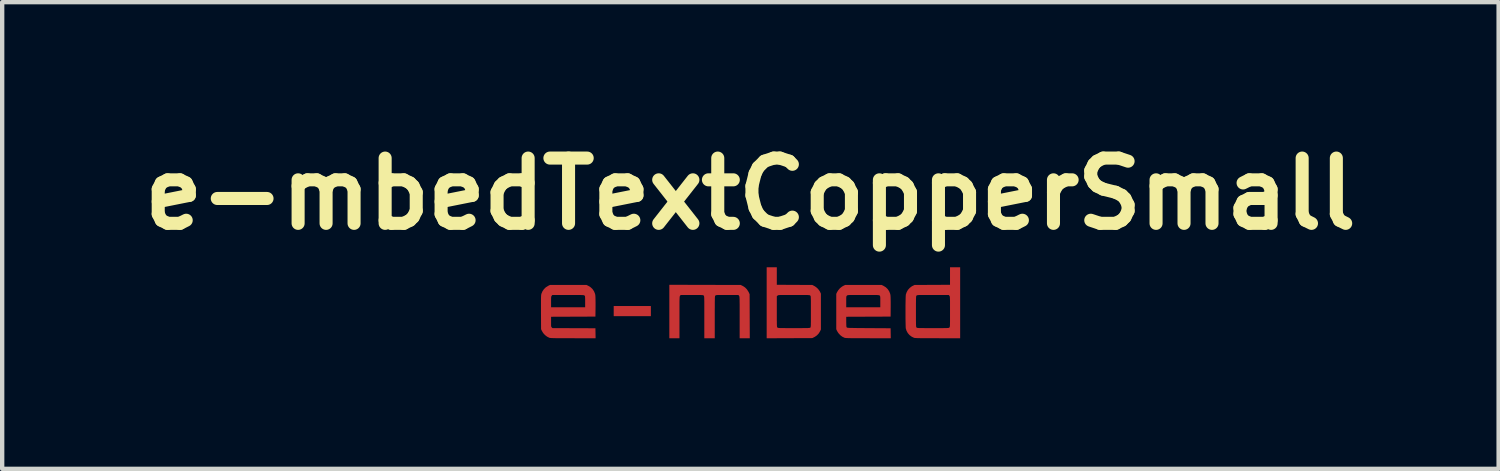
<source format=kicad_pcb>
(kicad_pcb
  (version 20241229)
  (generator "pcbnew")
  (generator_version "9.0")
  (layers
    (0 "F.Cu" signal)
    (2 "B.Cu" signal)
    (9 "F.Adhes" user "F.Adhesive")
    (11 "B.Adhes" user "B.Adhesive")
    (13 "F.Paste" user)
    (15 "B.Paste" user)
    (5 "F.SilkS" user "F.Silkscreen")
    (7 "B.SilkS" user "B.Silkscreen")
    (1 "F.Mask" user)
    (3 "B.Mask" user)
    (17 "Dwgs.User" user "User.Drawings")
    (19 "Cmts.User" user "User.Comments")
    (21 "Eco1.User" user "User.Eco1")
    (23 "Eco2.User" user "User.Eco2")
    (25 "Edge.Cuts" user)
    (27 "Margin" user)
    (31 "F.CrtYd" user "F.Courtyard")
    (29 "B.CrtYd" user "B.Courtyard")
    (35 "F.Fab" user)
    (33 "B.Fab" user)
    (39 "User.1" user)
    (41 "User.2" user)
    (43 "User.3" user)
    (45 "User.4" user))
  (footprint "e-mbedTextCopperSmall"
    (layer "F.Cu")
    (at 14.193 3.904)
    (property "Reference" "e-mbedTextCopperSmall" (at 0 -2.5 0) (layer "F.SilkS") (effects (font (size 1.5 1.5) (thickness 0.3))))
    (attr board_only exclude_from_pos_files exclude_from_bom)
    (fp_poly (pts (xy -2.287 0.194) (xy -2.287 0.311) (xy -2.714 0.311) (xy -3.141 0.311) (xy -3.141 0.194) (xy -3.141 0.078) (xy -2.714 0.078) (xy -2.287 0.078)) (stroke (width 0) (type solid)) (fill yes) (layer "F.Cu"))
    (fp_poly (pts (xy -3.726 -0.387) (xy -3.674 -0.355) (xy -3.629 -0.313) (xy -3.594 -0.262) (xy -3.571 -0.206) (xy -3.564 -0.176) (xy -3.562 -0.154) (xy -3.56 -0.118) (xy -3.559 -0.07) (xy -3.558 -0.012) (xy -3.558 0.057) (xy -3.558 0.095) (xy -3.561 0.321) (xy -4.07 0.323) (xy -4.58 0.325) (xy -4.58 0.44) (xy -4.58 0.483) (xy -4.58 0.514) (xy -4.579 0.535) (xy -4.577 0.55) (xy -4.573 0.559) (xy -4.569 0.566) (xy -4.564 0.57) (xy -4.548 0.586) (xy -4.054 0.587) (xy -3.561 0.589) (xy -3.559 0.704) (xy -3.557 0.819) (xy -4.074 0.818) (xy -4.177 0.818) (xy -4.266 0.818) (xy -4.343 0.818) (xy -4.409 0.817) (xy -4.464 0.817) (xy -4.509 0.816) (xy -4.545 0.815) (xy -4.573 0.814) (xy -4.593 0.812) (xy -4.607 0.811) (xy -4.616 0.809) (xy -4.617 0.809) (xy -4.67 0.783) (xy -4.719 0.746) (xy -4.761 0.7) (xy -4.791 0.651) (xy -4.81 0.61) (xy -4.812 0.223) (xy -4.812 0.138) (xy -4.812 0.066) (xy -4.812 0.005) (xy -4.812 -0.017) (xy -4.58 -0.017) (xy -4.58 0.106) (xy -4.189 0.106) (xy -3.797 0.106) (xy -3.797 -0.021) (xy -3.797 -0.067) (xy -3.798 -0.1) (xy -3.799 -0.124) (xy -3.8 -0.14) (xy -3.803 -0.151) (xy -3.807 -0.158) (xy -3.811 -0.162) (xy -3.815 -0.165) (xy -3.819 -0.168) (xy -3.826 -0.17) (xy -3.836 -0.172) (xy -3.851 -0.173) (xy -3.871 -0.174) (xy -3.898 -0.175) (xy -3.934 -0.176) (xy -3.979 -0.176) (xy -4.034 -0.176) (xy -4.101 -0.176) (xy -4.18 -0.176) (xy -4.188 -0.176) (xy -4.551 -0.176) (xy -4.566 -0.158) (xy -4.571 -0.15) (xy -4.575 -0.141) (xy -4.578 -0.128) (xy -4.579 -0.11) (xy -4.58 -0.083) (xy -4.58 -0.045) (xy -4.58 -0.017) (xy -4.812 -0.017) (xy -4.812 -0.045) (xy -4.812 -0.086) (xy -4.811 -0.119) (xy -4.81 -0.145) (xy -4.809 -0.165) (xy -4.807 -0.18) (xy -4.805 -0.193) (xy -4.803 -0.203) (xy -4.802 -0.204) (xy -4.779 -0.259) (xy -4.744 -0.31) (xy -4.7 -0.353) (xy -4.648 -0.385) (xy -4.645 -0.387) (xy -4.605 -0.406) (xy -4.185 -0.406) (xy -3.765 -0.406)) (stroke (width 0) (type solid)) (fill yes) (layer "F.Cu"))
    (fp_poly (pts (xy -1.043 -0.408) (xy -0.222 -0.406) (xy -0.176 -0.383) (xy -0.124 -0.35) (xy -0.08 -0.305) (xy -0.045 -0.251) (xy -0.04 -0.242) (xy -0.018 -0.194) (xy -0.016 0.312) (xy -0.014 0.819) (xy -0.13 0.819) (xy -0.247 0.819) (xy -0.247 0.34) (xy -0.247 0.246) (xy -0.247 0.165) (xy -0.247 0.096) (xy -0.247 0.039) (xy -0.248 -0.009) (xy -0.248 -0.048) (xy -0.249 -0.078) (xy -0.25 -0.102) (xy -0.251 -0.12) (xy -0.252 -0.133) (xy -0.254 -0.142) (xy -0.256 -0.149) (xy -0.258 -0.153) (xy -0.261 -0.157) (xy -0.262 -0.158) (xy -0.276 -0.176) (xy -0.533 -0.176) (xy -0.6 -0.176) (xy -0.655 -0.176) (xy -0.698 -0.176) (xy -0.731 -0.175) (xy -0.756 -0.175) (xy -0.774 -0.173) (xy -0.786 -0.171) (xy -0.795 -0.169) (xy -0.8 -0.166) (xy -0.804 -0.163) (xy -0.805 -0.162) (xy -0.807 -0.159) (xy -0.81 -0.155) (xy -0.812 -0.149) (xy -0.813 -0.141) (xy -0.815 -0.128) (xy -0.816 -0.11) (xy -0.817 -0.087) (xy -0.817 -0.056) (xy -0.818 -0.018) (xy -0.818 0.03) (xy -0.818 0.087) (xy -0.819 0.156) (xy -0.819 0.237) (xy -0.819 0.33) (xy -0.819 0.335) (xy -0.819 0.819) (xy -0.939 0.819) (xy -1.059 0.819) (xy -1.059 0.335) (xy -1.059 0.241) (xy -1.059 0.16) (xy -1.059 0.091) (xy -1.059 0.032) (xy -1.059 -0.016) (xy -1.06 -0.055) (xy -1.06 -0.085) (xy -1.061 -0.109) (xy -1.062 -0.127) (xy -1.064 -0.14) (xy -1.066 -0.149) (xy -1.068 -0.155) (xy -1.07 -0.159) (xy -1.073 -0.162) (xy -1.073 -0.162) (xy -1.077 -0.166) (xy -1.082 -0.169) (xy -1.09 -0.171) (xy -1.102 -0.173) (xy -1.12 -0.174) (xy -1.144 -0.175) (xy -1.177 -0.176) (xy -1.22 -0.176) (xy -1.274 -0.176) (xy -1.34 -0.176) (xy -1.344 -0.176) (xy -1.601 -0.176) (xy -1.616 -0.158) (xy -1.619 -0.154) (xy -1.621 -0.149) (xy -1.623 -0.143) (xy -1.625 -0.134) (xy -1.626 -0.122) (xy -1.627 -0.104) (xy -1.628 -0.081) (xy -1.629 -0.051) (xy -1.63 -0.014) (xy -1.63 0.033) (xy -1.63 0.089) (xy -1.63 0.157) (xy -1.63 0.236) (xy -1.63 0.328) (xy -1.63 0.34) (xy -1.63 0.819) (xy -1.747 0.819) (xy -1.863 0.819) (xy -1.863 0.205) (xy -1.863 -0.41)) (stroke (width 0) (type solid)) (fill yes) (layer "F.Cu"))
    (fp_poly (pts (xy 0.607 -0.611) (xy 0.607 -0.41) (xy 1.015 -0.408) (xy 1.422 -0.406) (xy 1.464 -0.385) (xy 1.511 -0.355) (xy 1.554 -0.316) (xy 1.588 -0.27) (xy 1.599 -0.251) (xy 1.62 -0.208) (xy 1.62 0.205) (xy 1.62 0.618) (xy 1.601 0.658) (xy 1.57 0.709) (xy 1.528 0.753) (xy 1.479 0.787) (xy 1.469 0.792) (xy 1.422 0.815) (xy 0.898 0.817) (xy 0.374 0.819) (xy 0.374 0.004) (xy 0.374 -0.146) (xy 0.607 -0.146) (xy 0.607 0.206) (xy 0.607 0.285) (xy 0.607 0.352) (xy 0.607 0.407) (xy 0.608 0.451) (xy 0.608 0.486) (xy 0.609 0.513) (xy 0.61 0.533) (xy 0.611 0.548) (xy 0.613 0.558) (xy 0.615 0.564) (xy 0.618 0.569) (xy 0.621 0.572) (xy 0.625 0.575) (xy 0.629 0.577) (xy 0.636 0.58) (xy 0.646 0.581) (xy 0.661 0.583) (xy 0.681 0.584) (xy 0.708 0.585) (xy 0.744 0.585) (xy 0.788 0.585) (xy 0.843 0.586) (xy 0.91 0.586) (xy 0.99 0.586) (xy 1 0.586) (xy 1.082 0.586) (xy 1.15 0.586) (xy 1.207 0.585) (xy 1.254 0.585) (xy 1.29 0.584) (xy 1.319 0.584) (xy 1.34 0.582) (xy 1.355 0.581) (xy 1.366 0.579) (xy 1.373 0.577) (xy 1.377 0.575) (xy 1.377 0.574) (xy 1.38 0.571) (xy 1.383 0.566) (xy 1.385 0.558) (xy 1.386 0.547) (xy 1.388 0.53) (xy 1.389 0.507) (xy 1.389 0.476) (xy 1.39 0.436) (xy 1.39 0.387) (xy 1.39 0.327) (xy 1.39 0.254) (xy 1.39 0.207) (xy 1.39 0.127) (xy 1.39 0.06) (xy 1.39 0.005) (xy 1.39 -0.04) (xy 1.389 -0.075) (xy 1.388 -0.103) (xy 1.387 -0.123) (xy 1.386 -0.138) (xy 1.384 -0.148) (xy 1.382 -0.154) (xy 1.379 -0.159) (xy 1.376 -0.162) (xy 1.373 -0.165) (xy 1.368 -0.168) (xy 1.361 -0.17) (xy 1.351 -0.172) (xy 1.336 -0.173) (xy 1.316 -0.175) (xy 1.289 -0.175) (xy 1.253 -0.176) (xy 1.208 -0.176) (xy 1.153 -0.176) (xy 1.086 -0.176) (xy 1.006 -0.176) (xy 1.001 -0.176) (xy 0.92 -0.176) (xy 0.853 -0.176) (xy 0.797 -0.176) (xy 0.751 -0.176) (xy 0.715 -0.175) (xy 0.687 -0.175) (xy 0.666 -0.174) (xy 0.651 -0.172) (xy 0.641 -0.171) (xy 0.634 -0.168) (xy 0.629 -0.166) (xy 0.625 -0.162) (xy 0.623 -0.161) (xy 0.607 -0.146) (xy 0.374 -0.146) (xy 0.374 -0.812) (xy 0.49 -0.812) (xy 0.607 -0.812)) (stroke (width 0) (type solid)) (fill yes) (layer "F.Cu"))
    (fp_poly (pts (xy 3.056 -0.387) (xy 3.109 -0.355) (xy 3.153 -0.313) (xy 3.188 -0.262) (xy 3.211 -0.206) (xy 3.218 -0.176) (xy 3.22 -0.154) (xy 3.222 -0.118) (xy 3.223 -0.07) (xy 3.224 -0.012) (xy 3.224 0.057) (xy 3.224 0.095) (xy 3.222 0.321) (xy 2.712 0.323) (xy 2.202 0.325) (xy 2.202 0.439) (xy 2.203 0.485) (xy 2.204 0.518) (xy 2.205 0.542) (xy 2.208 0.557) (xy 2.212 0.566) (xy 2.213 0.568) (xy 2.215 0.571) (xy 2.219 0.573) (xy 2.224 0.575) (xy 2.232 0.577) (xy 2.245 0.578) (xy 2.262 0.58) (xy 2.285 0.581) (xy 2.315 0.582) (xy 2.353 0.582) (xy 2.4 0.583) (xy 2.457 0.584) (xy 2.525 0.584) (xy 2.604 0.585) (xy 2.697 0.586) (xy 2.723 0.586) (xy 3.222 0.589) (xy 3.224 0.704) (xy 3.226 0.819) (xy 2.708 0.818) (xy 2.606 0.818) (xy 2.516 0.818) (xy 2.439 0.818) (xy 2.373 0.817) (xy 2.319 0.817) (xy 2.274 0.816) (xy 2.238 0.815) (xy 2.21 0.814) (xy 2.189 0.812) (xy 2.175 0.811) (xy 2.166 0.809) (xy 2.166 0.809) (xy 2.112 0.783) (xy 2.063 0.746) (xy 2.022 0.7) (xy 1.991 0.651) (xy 1.973 0.61) (xy 1.973 0.205) (xy 1.973 -0.025) (xy 2.202 -0.025) (xy 2.202 -0.02) (xy 2.202 0.106) (xy 2.594 0.106) (xy 2.985 0.106) (xy 2.985 -0.021) (xy 2.985 -0.067) (xy 2.985 -0.1) (xy 2.984 -0.124) (xy 2.982 -0.14) (xy 2.979 -0.151) (xy 2.975 -0.158) (xy 2.971 -0.162) (xy 2.968 -0.165) (xy 2.963 -0.168) (xy 2.956 -0.17) (xy 2.946 -0.172) (xy 2.931 -0.173) (xy 2.911 -0.175) (xy 2.884 -0.175) (xy 2.848 -0.176) (xy 2.803 -0.176) (xy 2.748 -0.176) (xy 2.681 -0.176) (xy 2.601 -0.176) (xy 2.596 -0.176) (xy 2.515 -0.176) (xy 2.448 -0.176) (xy 2.392 -0.176) (xy 2.346 -0.176) (xy 2.31 -0.175) (xy 2.282 -0.175) (xy 2.261 -0.174) (xy 2.246 -0.172) (xy 2.236 -0.171) (xy 2.229 -0.168) (xy 2.224 -0.166) (xy 2.22 -0.162) (xy 2.218 -0.161) (xy 2.212 -0.155) (xy 2.208 -0.148) (xy 2.205 -0.138) (xy 2.203 -0.123) (xy 2.202 -0.101) (xy 2.202 -0.069) (xy 2.202 -0.025) (xy 1.973 -0.025) (xy 1.973 -0.201) (xy 1.991 -0.24) (xy 2.02 -0.287) (xy 2.058 -0.331) (xy 2.103 -0.367) (xy 2.13 -0.383) (xy 2.177 -0.406) (xy 2.597 -0.406) (xy 3.017 -0.406)) (stroke (width 0) (type solid)) (fill yes) (layer "F.Cu"))
    (fp_poly (pts (xy 4.82 0.004) (xy 4.82 0.819) (xy 4.303 0.818) (xy 4.201 0.818) (xy 4.111 0.818) (xy 4.034 0.818) (xy 3.968 0.817) (xy 3.914 0.817) (xy 3.868 0.816) (xy 3.832 0.815) (xy 3.805 0.814) (xy 3.784 0.812) (xy 3.77 0.811) (xy 3.761 0.809) (xy 3.761 0.809) (xy 3.705 0.782) (xy 3.656 0.745) (xy 3.616 0.699) (xy 3.587 0.646) (xy 3.571 0.593) (xy 3.569 0.577) (xy 3.568 0.548) (xy 3.567 0.509) (xy 3.566 0.461) (xy 3.565 0.405) (xy 3.564 0.344) (xy 3.564 0.28) (xy 3.564 0.214) (xy 3.564 0.205) (xy 3.804 0.205) (xy 3.804 0.284) (xy 3.804 0.351) (xy 3.804 0.406) (xy 3.805 0.451) (xy 3.805 0.486) (xy 3.806 0.513) (xy 3.807 0.533) (xy 3.808 0.547) (xy 3.81 0.557) (xy 3.812 0.564) (xy 3.815 0.568) (xy 3.818 0.572) (xy 3.822 0.575) (xy 3.826 0.577) (xy 3.833 0.58) (xy 3.843 0.581) (xy 3.858 0.583) (xy 3.878 0.584) (xy 3.905 0.585) (xy 3.941 0.585) (xy 3.986 0.585) (xy 4.041 0.586) (xy 4.108 0.586) (xy 4.187 0.586) (xy 4.196 0.586) (xy 4.277 0.586) (xy 4.345 0.586) (xy 4.401 0.586) (xy 4.447 0.585) (xy 4.483 0.585) (xy 4.511 0.584) (xy 4.532 0.583) (xy 4.547 0.582) (xy 4.558 0.58) (xy 4.565 0.578) (xy 4.569 0.575) (xy 4.573 0.572) (xy 4.573 0.572) (xy 4.576 0.568) (xy 4.579 0.563) (xy 4.581 0.557) (xy 4.583 0.546) (xy 4.585 0.531) (xy 4.586 0.51) (xy 4.586 0.482) (xy 4.587 0.446) (xy 4.587 0.4) (xy 4.587 0.344) (xy 4.587 0.276) (xy 4.587 0.209) (xy 4.587 0.13) (xy 4.587 0.064) (xy 4.587 0.009) (xy 4.587 -0.035) (xy 4.586 -0.07) (xy 4.585 -0.096) (xy 4.584 -0.117) (xy 4.583 -0.131) (xy 4.581 -0.141) (xy 4.579 -0.148) (xy 4.576 -0.154) (xy 4.573 -0.158) (xy 4.558 -0.176) (xy 4.195 -0.176) (xy 4.114 -0.176) (xy 4.046 -0.176) (xy 3.99 -0.176) (xy 3.945 -0.176) (xy 3.908 -0.175) (xy 3.88 -0.175) (xy 3.859 -0.174) (xy 3.844 -0.172) (xy 3.834 -0.17) (xy 3.827 -0.168) (xy 3.822 -0.166) (xy 3.818 -0.163) (xy 3.818 -0.162) (xy 3.815 -0.159) (xy 3.812 -0.154) (xy 3.81 -0.147) (xy 3.808 -0.137) (xy 3.807 -0.122) (xy 3.806 -0.101) (xy 3.805 -0.074) (xy 3.805 -0.038) (xy 3.804 0.008) (xy 3.804 0.064) (xy 3.804 0.132) (xy 3.804 0.205) (xy 3.564 0.205) (xy 3.564 0.147) (xy 3.564 0.082) (xy 3.565 0.02) (xy 3.566 -0.037) (xy 3.567 -0.087) (xy 3.568 -0.129) (xy 3.57 -0.161) (xy 3.571 -0.181) (xy 3.572 -0.185) (xy 3.591 -0.241) (xy 3.621 -0.294) (xy 3.662 -0.339) (xy 3.711 -0.376) (xy 3.733 -0.387) (xy 3.772 -0.406) (xy 4.18 -0.408) (xy 4.587 -0.41) (xy 4.587 -0.611) (xy 4.587 -0.812) (xy 4.704 -0.812) (xy 4.82 -0.812)) (stroke (width 0) (type solid)) (fill yes) (layer "F.Cu")))
  (gr_rect
    (start -3 -3)
    (end 31.386 7.723)
    (stroke (width 0.1) (type default))
    (fill no)
    (layer "Edge.Cuts")))
</source>
